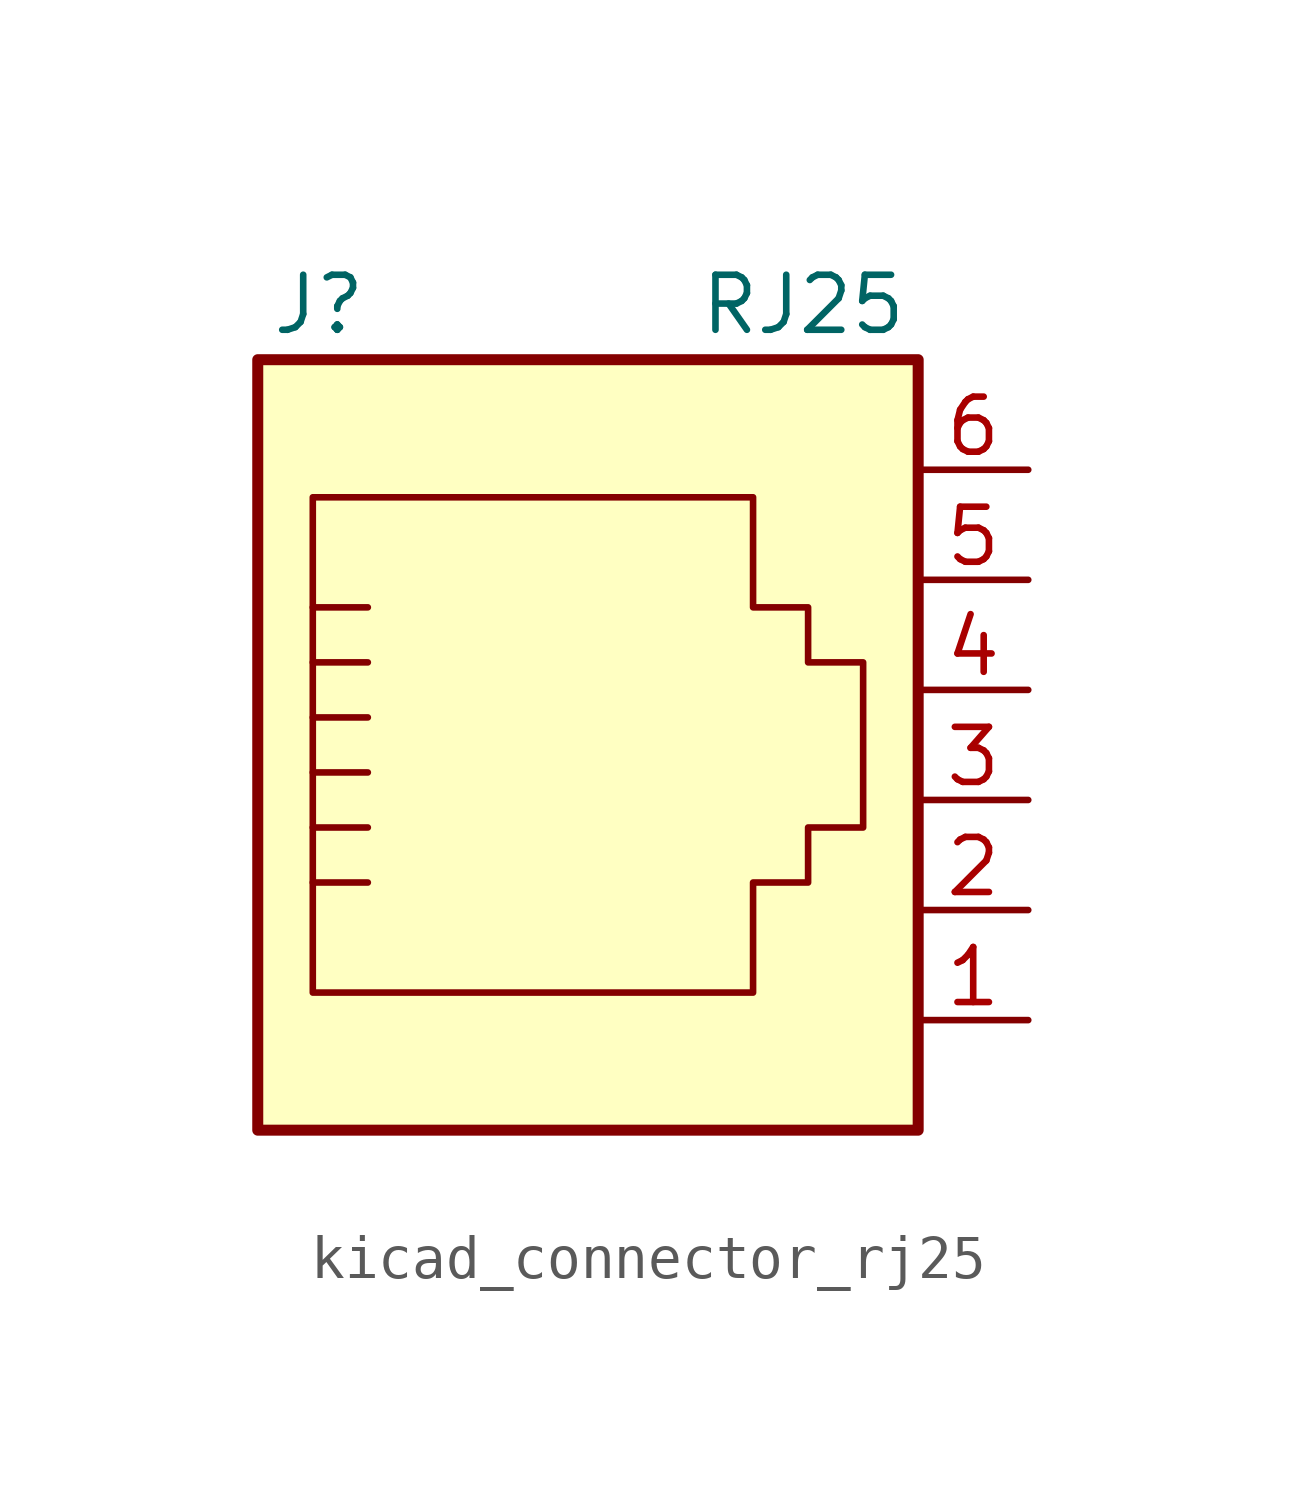
<source format=kicad_sym>
(kicad_symbol_lib
  (version 20220914)
  (generator kicad_symbol_editor)
  (symbol "kicad_connector_rj25"
    (pin_names
      (offset 1.016))
    (property "Reference" "J"
      (at -5.08 11.43 0)
      (effects (font (size 1.27 1.27)) (justify right)))
    (property "Value" "RJ25"
      (at 2.54 11.43 0)
      (effects (font (size 1.27 1.27)) (justify left)))
    (symbol "kicad_connector_rj25_0_1"
      (polyline (pts (xy -6.35 -1.905) (xy -5.08 -1.905) (xy -5.08 -1.905)) (stroke (width 0) (type default)) (fill (type none)))
      (polyline (pts (xy -6.35 -0.635) (xy -5.08 -0.635) (xy -5.08 -0.635)) (stroke (width 0) (type default)) (fill (type none)))
      (polyline (pts (xy -6.35 0.635) (xy -5.08 0.635) (xy -5.08 0.635)) (stroke (width 0) (type default)) (fill (type none)))
      (polyline (pts (xy -6.35 1.905) (xy -5.08 1.905) (xy -5.08 1.905)) (stroke (width 0) (type default)) (fill (type none)))
      (polyline (pts (xy -6.35 3.175) (xy -5.08 3.175) (xy -5.08 3.175)) (stroke (width 0) (type default)) (fill (type none)))
      (polyline (pts (xy -5.08 4.445) (xy -6.35 4.445) (xy -6.35 4.445)) (stroke (width 0) (type default)) (fill (type none)))
      (polyline (pts (xy -6.35 -4.445) (xy -6.35 6.985) (xy 3.81 6.985) (xy 3.81 4.445) (xy 5.08 4.445) (xy 5.08 3.175) (xy 6.35 3.175) (xy 6.35 -0.635) (xy 5.08 -0.635) (xy 5.08 -1.905) (xy 3.81 -1.905) (xy 3.81 -4.445) (xy -6.35 -4.445) (xy -6.35 -4.445)) (stroke (width 0) (type default)) (fill (type none)))
      (rectangle (start 7.62 10.16) (end -7.62 -7.62) (stroke (width 0.254) (type default)) (fill (type background))))
    (symbol "kicad_connector_rj25_1_1"
      (pin passive line (at 10.16 -5.08 180) (length 2.54) (name "~" (effects (font (size 1.27 1.27)))) (number "1" (effects (font (size 1.27 1.27)))))
      (pin passive line (at 10.16 -2.54 180) (length 2.54) (name "~" (effects (font (size 1.27 1.27)))) (number "2" (effects (font (size 1.27 1.27)))))
      (pin passive line (at 10.16 0 180) (length 2.54) (name "~" (effects (font (size 1.27 1.27)))) (number "3" (effects (font (size 1.27 1.27)))))
      (pin passive line (at 10.16 2.54 180) (length 2.54) (name "~" (effects (font (size 1.27 1.27)))) (number "4" (effects (font (size 1.27 1.27)))))
      (pin passive line (at 10.16 5.08 180) (length 2.54) (name "~" (effects (font (size 1.27 1.27)))) (number "5" (effects (font (size 1.27 1.27)))))
      (pin passive line (at 10.16 7.62 180) (length 2.54) (name "~" (effects (font (size 1.27 1.27)))) (number "6" (effects (font (size 1.27 1.27))))))))
</source>
